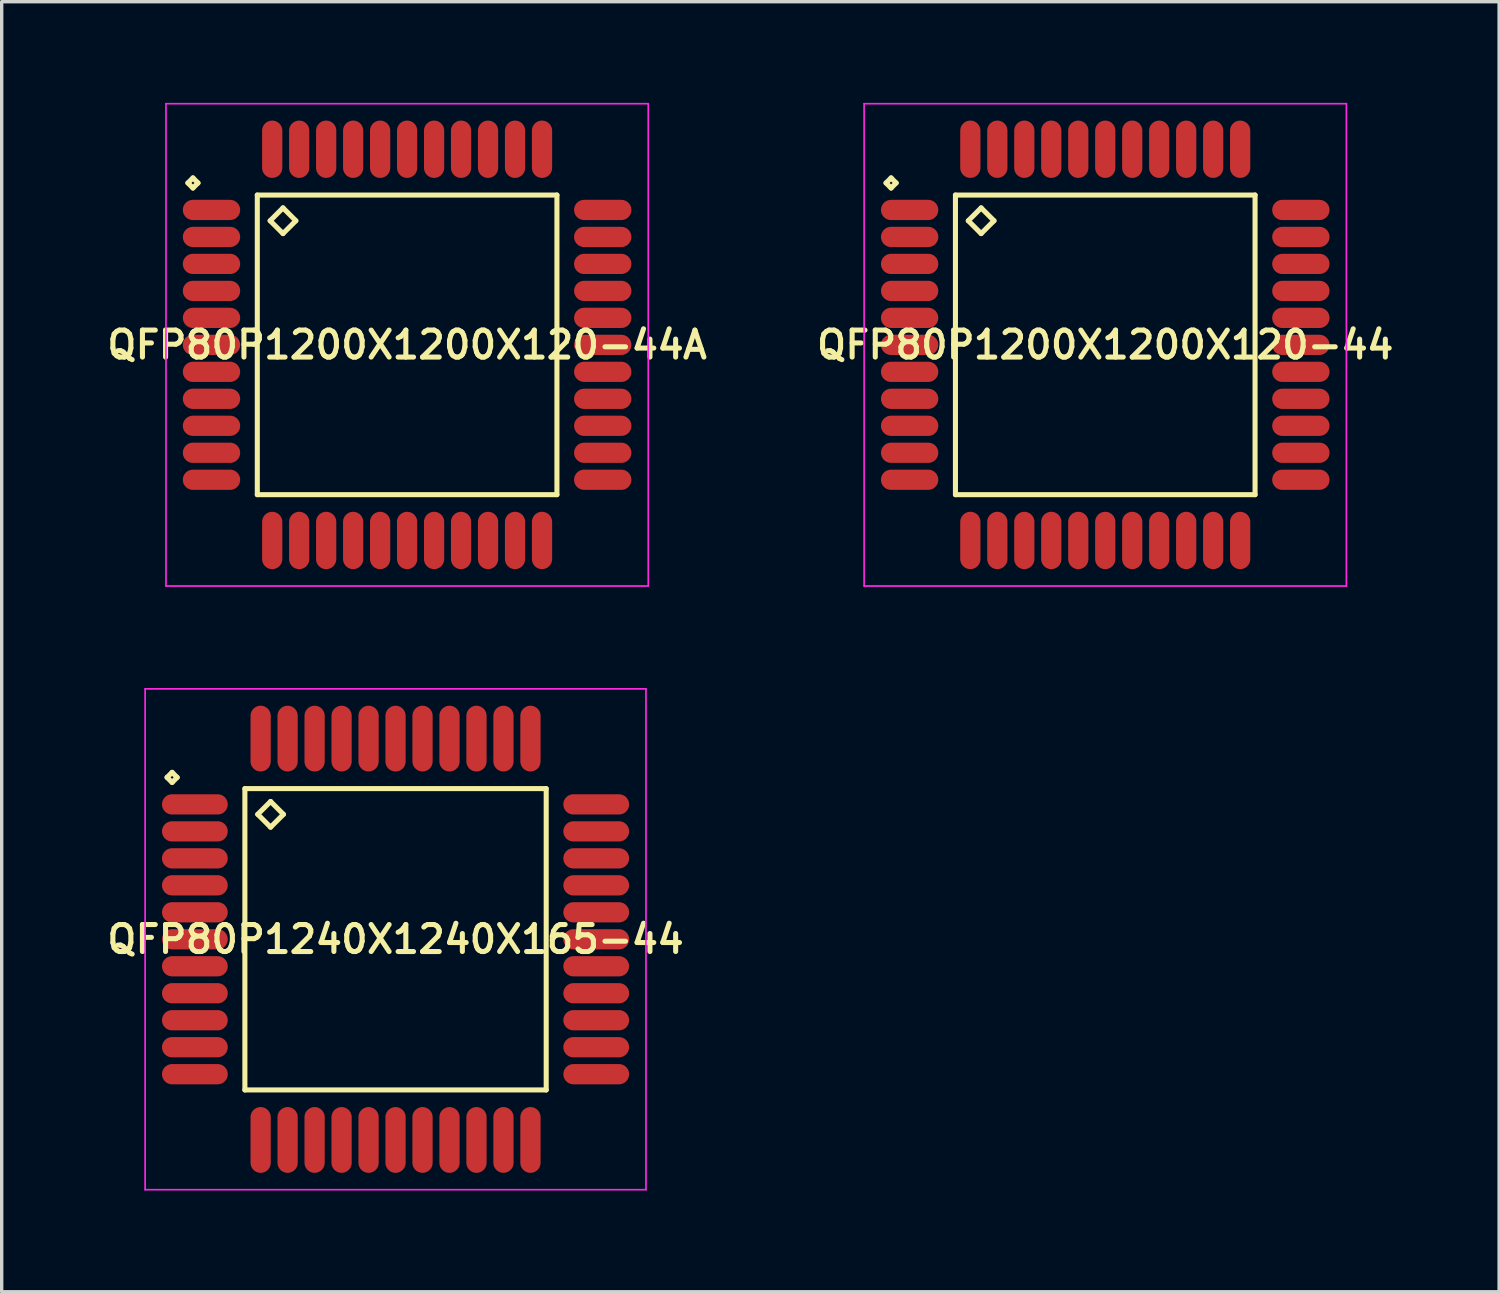
<source format=kicad_pcb>
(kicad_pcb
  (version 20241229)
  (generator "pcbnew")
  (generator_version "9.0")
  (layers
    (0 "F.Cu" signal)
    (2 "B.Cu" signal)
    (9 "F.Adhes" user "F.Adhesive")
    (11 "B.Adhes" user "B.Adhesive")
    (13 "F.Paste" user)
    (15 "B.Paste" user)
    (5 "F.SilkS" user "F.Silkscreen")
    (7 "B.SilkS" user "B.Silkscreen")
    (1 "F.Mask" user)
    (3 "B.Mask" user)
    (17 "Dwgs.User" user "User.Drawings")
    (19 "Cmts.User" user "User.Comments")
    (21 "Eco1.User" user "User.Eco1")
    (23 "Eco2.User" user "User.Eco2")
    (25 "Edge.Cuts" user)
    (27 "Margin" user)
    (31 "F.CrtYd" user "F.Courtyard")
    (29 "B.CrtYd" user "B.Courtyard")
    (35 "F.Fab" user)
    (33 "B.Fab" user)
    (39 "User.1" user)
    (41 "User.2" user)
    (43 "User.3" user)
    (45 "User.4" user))
  (footprint "QFP80P1200X1200X120-44A"
    (layer "F.Cu")
    (at 9.021 7.175)
    (property "Reference" "QFP80P1200X1200X120-44A" (at 0 0 0) (layer "F.SilkS") (effects (font (size 0.8 0.8) (thickness 0.15))))
    (attr smd)
    (fp_line (start -6.5 -4.8) (end -6.35 -4.95) (stroke (width 0.15) (type solid)) (layer "F.SilkS"))
    (fp_line (start -6.35 -4.95) (end -6.2 -4.8) (stroke (width 0.15) (type solid)) (layer "F.SilkS"))
    (fp_line (start -6.35 -4.65) (end -6.5 -4.8) (stroke (width 0.15) (type solid)) (layer "F.SilkS"))
    (fp_line (start -6.2 -4.8) (end -6.35 -4.65) (stroke (width 0.15) (type solid)) (layer "F.SilkS"))
    (fp_line (start -4.442 -4.442) (end -4.442 4.442) (stroke (width 0.15) (type solid)) (layer "F.SilkS"))
    (fp_line (start -4.442 4.442) (end 4.442 4.442) (stroke (width 0.15) (type solid)) (layer "F.SilkS"))
    (fp_line (start -4.061 -3.68) (end -3.68 -4.061) (stroke (width 0.15) (type solid)) (layer "F.SilkS"))
    (fp_line (start -3.68 -4.061) (end -3.299 -3.68) (stroke (width 0.15) (type solid)) (layer "F.SilkS"))
    (fp_line (start -3.68 -3.299) (end -4.061 -3.68) (stroke (width 0.15) (type solid)) (layer "F.SilkS"))
    (fp_line (start -3.299 -3.68) (end -3.68 -3.299) (stroke (width 0.15) (type solid)) (layer "F.SilkS"))
    (fp_line (start 4.442 -4.442) (end -4.442 -4.442) (stroke (width 0.15) (type solid)) (layer "F.SilkS"))
    (fp_line (start 4.442 4.442) (end 4.442 -4.442) (stroke (width 0.15) (type solid)) (layer "F.SilkS"))
    (fp_line (start -7.15 -7.15) (end 7.15 -7.15) (stroke (width 0.05) (type solid)) (layer "F.CrtYd"))
    (fp_line (start -7.15 7.15) (end -7.15 -7.15) (stroke (width 0.05) (type solid)) (layer "F.CrtYd"))
    (fp_line (start 7.15 -7.15) (end 7.15 7.15) (stroke (width 0.05) (type solid)) (layer "F.CrtYd"))
    (fp_line (start 7.15 7.15) (end -7.15 7.15) (stroke (width 0.05) (type solid)) (layer "F.CrtYd"))
    (pad "1" smd oval (at -5.8 -4) (size 1.7 0.6) (layers "F.Cu" "F.Mask" "F.Paste"))
    (pad "2" smd oval (at -5.8 -3.2) (size 1.7 0.6) (layers "F.Cu" "F.Mask" "F.Paste"))
    (pad "3" smd oval (at -5.8 -2.4) (size 1.7 0.6) (layers "F.Cu" "F.Mask" "F.Paste"))
    (pad "4" smd oval (at -5.8 -1.6) (size 1.7 0.6) (layers "F.Cu" "F.Mask" "F.Paste"))
    (pad "5" smd oval (at -5.8 -0.8) (size 1.7 0.6) (layers "F.Cu" "F.Mask" "F.Paste"))
    (pad "6" smd oval (at -5.8 0) (size 1.7 0.6) (layers "F.Cu" "F.Mask" "F.Paste"))
    (pad "7" smd oval (at -5.8 0.8) (size 1.7 0.6) (layers "F.Cu" "F.Mask" "F.Paste"))
    (pad "8" smd oval (at -5.8 1.6) (size 1.7 0.6) (layers "F.Cu" "F.Mask" "F.Paste"))
    (pad "9" smd oval (at -5.8 2.4) (size 1.7 0.6) (layers "F.Cu" "F.Mask" "F.Paste"))
    (pad "10" smd oval (at -5.8 3.2) (size 1.7 0.6) (layers "F.Cu" "F.Mask" "F.Paste"))
    (pad "11" smd oval (at -5.8 4) (size 1.7 0.6) (layers "F.Cu" "F.Mask" "F.Paste"))
    (pad "12" smd oval (at -4 5.8) (size 0.6 1.7) (layers "F.Cu" "F.Mask" "F.Paste"))
    (pad "13" smd oval (at -3.2 5.8) (size 0.6 1.7) (layers "F.Cu" "F.Mask" "F.Paste"))
    (pad "14" smd oval (at -2.4 5.8) (size 0.6 1.7) (layers "F.Cu" "F.Mask" "F.Paste"))
    (pad "15" smd oval (at -1.6 5.8) (size 0.6 1.7) (layers "F.Cu" "F.Mask" "F.Paste"))
    (pad "16" smd oval (at -0.8 5.8) (size 0.6 1.7) (layers "F.Cu" "F.Mask" "F.Paste"))
    (pad "17" smd oval (at 0 5.8) (size 0.6 1.7) (layers "F.Cu" "F.Mask" "F.Paste"))
    (pad "18" smd oval (at 0.8 5.8) (size 0.6 1.7) (layers "F.Cu" "F.Mask" "F.Paste"))
    (pad "19" smd oval (at 1.6 5.8) (size 0.6 1.7) (layers "F.Cu" "F.Mask" "F.Paste"))
    (pad "20" smd oval (at 2.4 5.8) (size 0.6 1.7) (layers "F.Cu" "F.Mask" "F.Paste"))
    (pad "21" smd oval (at 3.2 5.8) (size 0.6 1.7) (layers "F.Cu" "F.Mask" "F.Paste"))
    (pad "22" smd oval (at 4 5.8) (size 0.6 1.7) (layers "F.Cu" "F.Mask" "F.Paste"))
    (pad "23" smd oval (at 5.8 4) (size 1.7 0.6) (layers "F.Cu" "F.Mask" "F.Paste"))
    (pad "24" smd oval (at 5.8 3.2) (size 1.7 0.6) (layers "F.Cu" "F.Mask" "F.Paste"))
    (pad "25" smd oval (at 5.8 2.4) (size 1.7 0.6) (layers "F.Cu" "F.Mask" "F.Paste"))
    (pad "26" smd oval (at 5.8 1.6) (size 1.7 0.6) (layers "F.Cu" "F.Mask" "F.Paste"))
    (pad "27" smd oval (at 5.8 0.8) (size 1.7 0.6) (layers "F.Cu" "F.Mask" "F.Paste"))
    (pad "28" smd oval (at 5.8 0) (size 1.7 0.6) (layers "F.Cu" "F.Mask" "F.Paste"))
    (pad "29" smd oval (at 5.8 -0.8) (size 1.7 0.6) (layers "F.Cu" "F.Mask" "F.Paste"))
    (pad "30" smd oval (at 5.8 -1.6) (size 1.7 0.6) (layers "F.Cu" "F.Mask" "F.Paste"))
    (pad "31" smd oval (at 5.8 -2.4) (size 1.7 0.6) (layers "F.Cu" "F.Mask" "F.Paste"))
    (pad "32" smd oval (at 5.8 -3.2) (size 1.7 0.6) (layers "F.Cu" "F.Mask" "F.Paste"))
    (pad "33" smd oval (at 5.8 -4) (size 1.7 0.6) (layers "F.Cu" "F.Mask" "F.Paste"))
    (pad "34" smd oval (at 4 -5.8) (size 0.6 1.7) (layers "F.Cu" "F.Mask" "F.Paste"))
    (pad "35" smd oval (at 3.2 -5.8) (size 0.6 1.7) (layers "F.Cu" "F.Mask" "F.Paste"))
    (pad "36" smd oval (at 2.4 -5.8) (size 0.6 1.7) (layers "F.Cu" "F.Mask" "F.Paste"))
    (pad "37" smd oval (at 1.6 -5.8) (size 0.6 1.7) (layers "F.Cu" "F.Mask" "F.Paste"))
    (pad "38" smd oval (at 0.8 -5.8) (size 0.6 1.7) (layers "F.Cu" "F.Mask" "F.Paste"))
    (pad "39" smd oval (at 0 -5.8) (size 0.6 1.7) (layers "F.Cu" "F.Mask" "F.Paste"))
    (pad "40" smd oval (at -0.8 -5.8) (size 0.6 1.7) (layers "F.Cu" "F.Mask" "F.Paste"))
    (pad "41" smd oval (at -1.6 -5.8) (size 0.6 1.7) (layers "F.Cu" "F.Mask" "F.Paste"))
    (pad "42" smd oval (at -2.4 -5.8) (size 0.6 1.7) (layers "F.Cu" "F.Mask" "F.Paste"))
    (pad "43" smd oval (at -3.2 -5.8) (size 0.6 1.7) (layers "F.Cu" "F.Mask" "F.Paste"))
    (pad "44" smd oval (at -4 -5.8) (size 0.6 1.7) (layers "F.Cu" "F.Mask" "F.Paste")))
  (footprint "QFP80P1200X1200X120-44"
    (layer "F.Cu")
    (at 29.721 7.175)
    (property "Reference" "QFP80P1200X1200X120-44" (at 0 0 0) (layer "F.SilkS") (effects (font (size 0.8 0.8) (thickness 0.15))))
    (attr smd)
    (fp_line (start -6.5 -4.8) (end -6.35 -4.95) (stroke (width 0.15) (type solid)) (layer "F.SilkS"))
    (fp_line (start -6.35 -4.95) (end -6.2 -4.8) (stroke (width 0.15) (type solid)) (layer "F.SilkS"))
    (fp_line (start -6.35 -4.65) (end -6.5 -4.8) (stroke (width 0.15) (type solid)) (layer "F.SilkS"))
    (fp_line (start -6.2 -4.8) (end -6.35 -4.65) (stroke (width 0.15) (type solid)) (layer "F.SilkS"))
    (fp_line (start -4.442 -4.442) (end -4.442 4.442) (stroke (width 0.15) (type solid)) (layer "F.SilkS"))
    (fp_line (start -4.442 4.442) (end 4.442 4.442) (stroke (width 0.15) (type solid)) (layer "F.SilkS"))
    (fp_line (start -4.061 -3.68) (end -3.68 -4.061) (stroke (width 0.15) (type solid)) (layer "F.SilkS"))
    (fp_line (start -3.68 -4.061) (end -3.299 -3.68) (stroke (width 0.15) (type solid)) (layer "F.SilkS"))
    (fp_line (start -3.68 -3.299) (end -4.061 -3.68) (stroke (width 0.15) (type solid)) (layer "F.SilkS"))
    (fp_line (start -3.299 -3.68) (end -3.68 -3.299) (stroke (width 0.15) (type solid)) (layer "F.SilkS"))
    (fp_line (start 4.442 -4.442) (end -4.442 -4.442) (stroke (width 0.15) (type solid)) (layer "F.SilkS"))
    (fp_line (start 4.442 4.442) (end 4.442 -4.442) (stroke (width 0.15) (type solid)) (layer "F.SilkS"))
    (fp_line (start -7.15 -7.15) (end 7.15 -7.15) (stroke (width 0.05) (type solid)) (layer "F.CrtYd"))
    (fp_line (start -7.15 7.15) (end -7.15 -7.15) (stroke (width 0.05) (type solid)) (layer "F.CrtYd"))
    (fp_line (start 7.15 -7.15) (end 7.15 7.15) (stroke (width 0.05) (type solid)) (layer "F.CrtYd"))
    (fp_line (start 7.15 7.15) (end -7.15 7.15) (stroke (width 0.05) (type solid)) (layer "F.CrtYd"))
    (pad "1" smd oval (at -5.8 -4) (size 1.7 0.6) (layers "F.Cu" "F.Mask" "F.Paste"))
    (pad "2" smd oval (at -5.8 -3.2) (size 1.7 0.6) (layers "F.Cu" "F.Mask" "F.Paste"))
    (pad "3" smd oval (at -5.8 -2.4) (size 1.7 0.6) (layers "F.Cu" "F.Mask" "F.Paste"))
    (pad "4" smd oval (at -5.8 -1.6) (size 1.7 0.6) (layers "F.Cu" "F.Mask" "F.Paste"))
    (pad "5" smd oval (at -5.8 -0.8) (size 1.7 0.6) (layers "F.Cu" "F.Mask" "F.Paste"))
    (pad "6" smd oval (at -5.8 0) (size 1.7 0.6) (layers "F.Cu" "F.Mask" "F.Paste"))
    (pad "7" smd oval (at -5.8 0.8) (size 1.7 0.6) (layers "F.Cu" "F.Mask" "F.Paste"))
    (pad "8" smd oval (at -5.8 1.6) (size 1.7 0.6) (layers "F.Cu" "F.Mask" "F.Paste"))
    (pad "9" smd oval (at -5.8 2.4) (size 1.7 0.6) (layers "F.Cu" "F.Mask" "F.Paste"))
    (pad "10" smd oval (at -5.8 3.2) (size 1.7 0.6) (layers "F.Cu" "F.Mask" "F.Paste"))
    (pad "11" smd oval (at -5.8 4) (size 1.7 0.6) (layers "F.Cu" "F.Mask" "F.Paste"))
    (pad "12" smd oval (at -4 5.8) (size 0.6 1.7) (layers "F.Cu" "F.Mask" "F.Paste"))
    (pad "13" smd oval (at -3.2 5.8) (size 0.6 1.7) (layers "F.Cu" "F.Mask" "F.Paste"))
    (pad "14" smd oval (at -2.4 5.8) (size 0.6 1.7) (layers "F.Cu" "F.Mask" "F.Paste"))
    (pad "15" smd oval (at -1.6 5.8) (size 0.6 1.7) (layers "F.Cu" "F.Mask" "F.Paste"))
    (pad "16" smd oval (at -0.8 5.8) (size 0.6 1.7) (layers "F.Cu" "F.Mask" "F.Paste"))
    (pad "17" smd oval (at 0 5.8) (size 0.6 1.7) (layers "F.Cu" "F.Mask" "F.Paste"))
    (pad "18" smd oval (at 0.8 5.8) (size 0.6 1.7) (layers "F.Cu" "F.Mask" "F.Paste"))
    (pad "19" smd oval (at 1.6 5.8) (size 0.6 1.7) (layers "F.Cu" "F.Mask" "F.Paste"))
    (pad "20" smd oval (at 2.4 5.8) (size 0.6 1.7) (layers "F.Cu" "F.Mask" "F.Paste"))
    (pad "21" smd oval (at 3.2 5.8) (size 0.6 1.7) (layers "F.Cu" "F.Mask" "F.Paste"))
    (pad "22" smd oval (at 4 5.8) (size 0.6 1.7) (layers "F.Cu" "F.Mask" "F.Paste"))
    (pad "23" smd oval (at 5.8 4) (size 1.7 0.6) (layers "F.Cu" "F.Mask" "F.Paste"))
    (pad "24" smd oval (at 5.8 3.2) (size 1.7 0.6) (layers "F.Cu" "F.Mask" "F.Paste"))
    (pad "25" smd oval (at 5.8 2.4) (size 1.7 0.6) (layers "F.Cu" "F.Mask" "F.Paste"))
    (pad "26" smd oval (at 5.8 1.6) (size 1.7 0.6) (layers "F.Cu" "F.Mask" "F.Paste"))
    (pad "27" smd oval (at 5.8 0.8) (size 1.7 0.6) (layers "F.Cu" "F.Mask" "F.Paste"))
    (pad "28" smd oval (at 5.8 0) (size 1.7 0.6) (layers "F.Cu" "F.Mask" "F.Paste"))
    (pad "29" smd oval (at 5.8 -0.8) (size 1.7 0.6) (layers "F.Cu" "F.Mask" "F.Paste"))
    (pad "30" smd oval (at 5.8 -1.6) (size 1.7 0.6) (layers "F.Cu" "F.Mask" "F.Paste"))
    (pad "31" smd oval (at 5.8 -2.4) (size 1.7 0.6) (layers "F.Cu" "F.Mask" "F.Paste"))
    (pad "32" smd oval (at 5.8 -3.2) (size 1.7 0.6) (layers "F.Cu" "F.Mask" "F.Paste"))
    (pad "33" smd oval (at 5.8 -4) (size 1.7 0.6) (layers "F.Cu" "F.Mask" "F.Paste"))
    (pad "34" smd oval (at 4 -5.8) (size 0.6 1.7) (layers "F.Cu" "F.Mask" "F.Paste"))
    (pad "35" smd oval (at 3.2 -5.8) (size 0.6 1.7) (layers "F.Cu" "F.Mask" "F.Paste"))
    (pad "36" smd oval (at 2.4 -5.8) (size 0.6 1.7) (layers "F.Cu" "F.Mask" "F.Paste"))
    (pad "37" smd oval (at 1.6 -5.8) (size 0.6 1.7) (layers "F.Cu" "F.Mask" "F.Paste"))
    (pad "38" smd oval (at 0.8 -5.8) (size 0.6 1.7) (layers "F.Cu" "F.Mask" "F.Paste"))
    (pad "39" smd oval (at 0 -5.8) (size 0.6 1.7) (layers "F.Cu" "F.Mask" "F.Paste"))
    (pad "40" smd oval (at -0.8 -5.8) (size 0.6 1.7) (layers "F.Cu" "F.Mask" "F.Paste"))
    (pad "41" smd oval (at -1.6 -5.8) (size 0.6 1.7) (layers "F.Cu" "F.Mask" "F.Paste"))
    (pad "42" smd oval (at -2.4 -5.8) (size 0.6 1.7) (layers "F.Cu" "F.Mask" "F.Paste"))
    (pad "43" smd oval (at -3.2 -5.8) (size 0.6 1.7) (layers "F.Cu" "F.Mask" "F.Paste"))
    (pad "44" smd oval (at -4 -5.8) (size 0.6 1.7) (layers "F.Cu" "F.Mask" "F.Paste")))
  (footprint "QFP80P1240X1240X165-44"
    (layer "F.Cu")
    (at 8.678 24.8)
    (property "Reference" "QFP80P1240X1240X165-44" (at 0 0 0) (layer "F.SilkS") (effects (font (size 0.8 0.8) (thickness 0.15))))
    (attr smd)
    (fp_line (start -6.775 -4.8) (end -6.625 -4.95) (stroke (width 0.15) (type solid)) (layer "F.SilkS"))
    (fp_line (start -6.625 -4.95) (end -6.475 -4.8) (stroke (width 0.15) (type solid)) (layer "F.SilkS"))
    (fp_line (start -6.625 -4.65) (end -6.775 -4.8) (stroke (width 0.15) (type solid)) (layer "F.SilkS"))
    (fp_line (start -6.475 -4.8) (end -6.625 -4.65) (stroke (width 0.15) (type solid)) (layer "F.SilkS"))
    (fp_line (start -4.467 -4.467) (end -4.467 4.467) (stroke (width 0.15) (type solid)) (layer "F.SilkS"))
    (fp_line (start -4.467 4.467) (end 4.467 4.467) (stroke (width 0.15) (type solid)) (layer "F.SilkS"))
    (fp_line (start -4.086 -3.705) (end -3.705 -4.086) (stroke (width 0.15) (type solid)) (layer "F.SilkS"))
    (fp_line (start -3.705 -4.086) (end -3.324 -3.705) (stroke (width 0.15) (type solid)) (layer "F.SilkS"))
    (fp_line (start -3.705 -3.324) (end -4.086 -3.705) (stroke (width 0.15) (type solid)) (layer "F.SilkS"))
    (fp_line (start -3.324 -3.705) (end -3.705 -3.324) (stroke (width 0.15) (type solid)) (layer "F.SilkS"))
    (fp_line (start 4.467 -4.467) (end -4.467 -4.467) (stroke (width 0.15) (type solid)) (layer "F.SilkS"))
    (fp_line (start 4.467 4.467) (end 4.467 -4.467) (stroke (width 0.15) (type solid)) (layer "F.SilkS"))
    (fp_line (start -7.425 -7.425) (end 7.425 -7.425) (stroke (width 0.05) (type solid)) (layer "F.CrtYd"))
    (fp_line (start -7.425 7.425) (end -7.425 -7.425) (stroke (width 0.05) (type solid)) (layer "F.CrtYd"))
    (fp_line (start 7.425 -7.425) (end 7.425 7.425) (stroke (width 0.05) (type solid)) (layer "F.CrtYd"))
    (fp_line (start 7.425 7.425) (end -7.425 7.425) (stroke (width 0.05) (type solid)) (layer "F.CrtYd"))
    (pad "1" smd oval (at -5.95 -4) (size 1.95 0.6) (layers "F.Cu" "F.Mask" "F.Paste"))
    (pad "2" smd oval (at -5.95 -3.2) (size 1.95 0.6) (layers "F.Cu" "F.Mask" "F.Paste"))
    (pad "3" smd oval (at -5.95 -2.4) (size 1.95 0.6) (layers "F.Cu" "F.Mask" "F.Paste"))
    (pad "4" smd oval (at -5.95 -1.6) (size 1.95 0.6) (layers "F.Cu" "F.Mask" "F.Paste"))
    (pad "5" smd oval (at -5.95 -0.8) (size 1.95 0.6) (layers "F.Cu" "F.Mask" "F.Paste"))
    (pad "6" smd oval (at -5.95 0) (size 1.95 0.6) (layers "F.Cu" "F.Mask" "F.Paste"))
    (pad "7" smd oval (at -5.95 0.8) (size 1.95 0.6) (layers "F.Cu" "F.Mask" "F.Paste"))
    (pad "8" smd oval (at -5.95 1.6) (size 1.95 0.6) (layers "F.Cu" "F.Mask" "F.Paste"))
    (pad "9" smd oval (at -5.95 2.4) (size 1.95 0.6) (layers "F.Cu" "F.Mask" "F.Paste"))
    (pad "10" smd oval (at -5.95 3.2) (size 1.95 0.6) (layers "F.Cu" "F.Mask" "F.Paste"))
    (pad "11" smd oval (at -5.95 4) (size 1.95 0.6) (layers "F.Cu" "F.Mask" "F.Paste"))
    (pad "12" smd oval (at -4 5.95) (size 0.6 1.95) (layers "F.Cu" "F.Mask" "F.Paste"))
    (pad "13" smd oval (at -3.2 5.95) (size 0.6 1.95) (layers "F.Cu" "F.Mask" "F.Paste"))
    (pad "14" smd oval (at -2.4 5.95) (size 0.6 1.95) (layers "F.Cu" "F.Mask" "F.Paste"))
    (pad "15" smd oval (at -1.6 5.95) (size 0.6 1.95) (layers "F.Cu" "F.Mask" "F.Paste"))
    (pad "16" smd oval (at -0.8 5.95) (size 0.6 1.95) (layers "F.Cu" "F.Mask" "F.Paste"))
    (pad "17" smd oval (at 0 5.95) (size 0.6 1.95) (layers "F.Cu" "F.Mask" "F.Paste"))
    (pad "18" smd oval (at 0.8 5.95) (size 0.6 1.95) (layers "F.Cu" "F.Mask" "F.Paste"))
    (pad "19" smd oval (at 1.6 5.95) (size 0.6 1.95) (layers "F.Cu" "F.Mask" "F.Paste"))
    (pad "20" smd oval (at 2.4 5.95) (size 0.6 1.95) (layers "F.Cu" "F.Mask" "F.Paste"))
    (pad "21" smd oval (at 3.2 5.95) (size 0.6 1.95) (layers "F.Cu" "F.Mask" "F.Paste"))
    (pad "22" smd oval (at 4 5.95) (size 0.6 1.95) (layers "F.Cu" "F.Mask" "F.Paste"))
    (pad "23" smd oval (at 5.95 4) (size 1.95 0.6) (layers "F.Cu" "F.Mask" "F.Paste"))
    (pad "24" smd oval (at 5.95 3.2) (size 1.95 0.6) (layers "F.Cu" "F.Mask" "F.Paste"))
    (pad "25" smd oval (at 5.95 2.4) (size 1.95 0.6) (layers "F.Cu" "F.Mask" "F.Paste"))
    (pad "26" smd oval (at 5.95 1.6) (size 1.95 0.6) (layers "F.Cu" "F.Mask" "F.Paste"))
    (pad "27" smd oval (at 5.95 0.8) (size 1.95 0.6) (layers "F.Cu" "F.Mask" "F.Paste"))
    (pad "28" smd oval (at 5.95 0) (size 1.95 0.6) (layers "F.Cu" "F.Mask" "F.Paste"))
    (pad "29" smd oval (at 5.95 -0.8) (size 1.95 0.6) (layers "F.Cu" "F.Mask" "F.Paste"))
    (pad "30" smd oval (at 5.95 -1.6) (size 1.95 0.6) (layers "F.Cu" "F.Mask" "F.Paste"))
    (pad "31" smd oval (at 5.95 -2.4) (size 1.95 0.6) (layers "F.Cu" "F.Mask" "F.Paste"))
    (pad "32" smd oval (at 5.95 -3.2) (size 1.95 0.6) (layers "F.Cu" "F.Mask" "F.Paste"))
    (pad "33" smd oval (at 5.95 -4) (size 1.95 0.6) (layers "F.Cu" "F.Mask" "F.Paste"))
    (pad "34" smd oval (at 4 -5.95) (size 0.6 1.95) (layers "F.Cu" "F.Mask" "F.Paste"))
    (pad "35" smd oval (at 3.2 -5.95) (size 0.6 1.95) (layers "F.Cu" "F.Mask" "F.Paste"))
    (pad "36" smd oval (at 2.4 -5.95) (size 0.6 1.95) (layers "F.Cu" "F.Mask" "F.Paste"))
    (pad "37" smd oval (at 1.6 -5.95) (size 0.6 1.95) (layers "F.Cu" "F.Mask" "F.Paste"))
    (pad "38" smd oval (at 0.8 -5.95) (size 0.6 1.95) (layers "F.Cu" "F.Mask" "F.Paste"))
    (pad "39" smd oval (at 0 -5.95) (size 0.6 1.95) (layers "F.Cu" "F.Mask" "F.Paste"))
    (pad "40" smd oval (at -0.8 -5.95) (size 0.6 1.95) (layers "F.Cu" "F.Mask" "F.Paste"))
    (pad "41" smd oval (at -1.6 -5.95) (size 0.6 1.95) (layers "F.Cu" "F.Mask" "F.Paste"))
    (pad "42" smd oval (at -2.4 -5.95) (size 0.6 1.95) (layers "F.Cu" "F.Mask" "F.Paste"))
    (pad "43" smd oval (at -3.2 -5.95) (size 0.6 1.95) (layers "F.Cu" "F.Mask" "F.Paste"))
    (pad "44" smd oval (at -4 -5.95) (size 0.6 1.95) (layers "F.Cu" "F.Mask" "F.Paste")))
  (gr_rect
    (start -3 -3)
    (end 41.399 35.25)
    (stroke (width 0.1) (type default))
    (fill no)
    (layer "Edge.Cuts")))
</source>
